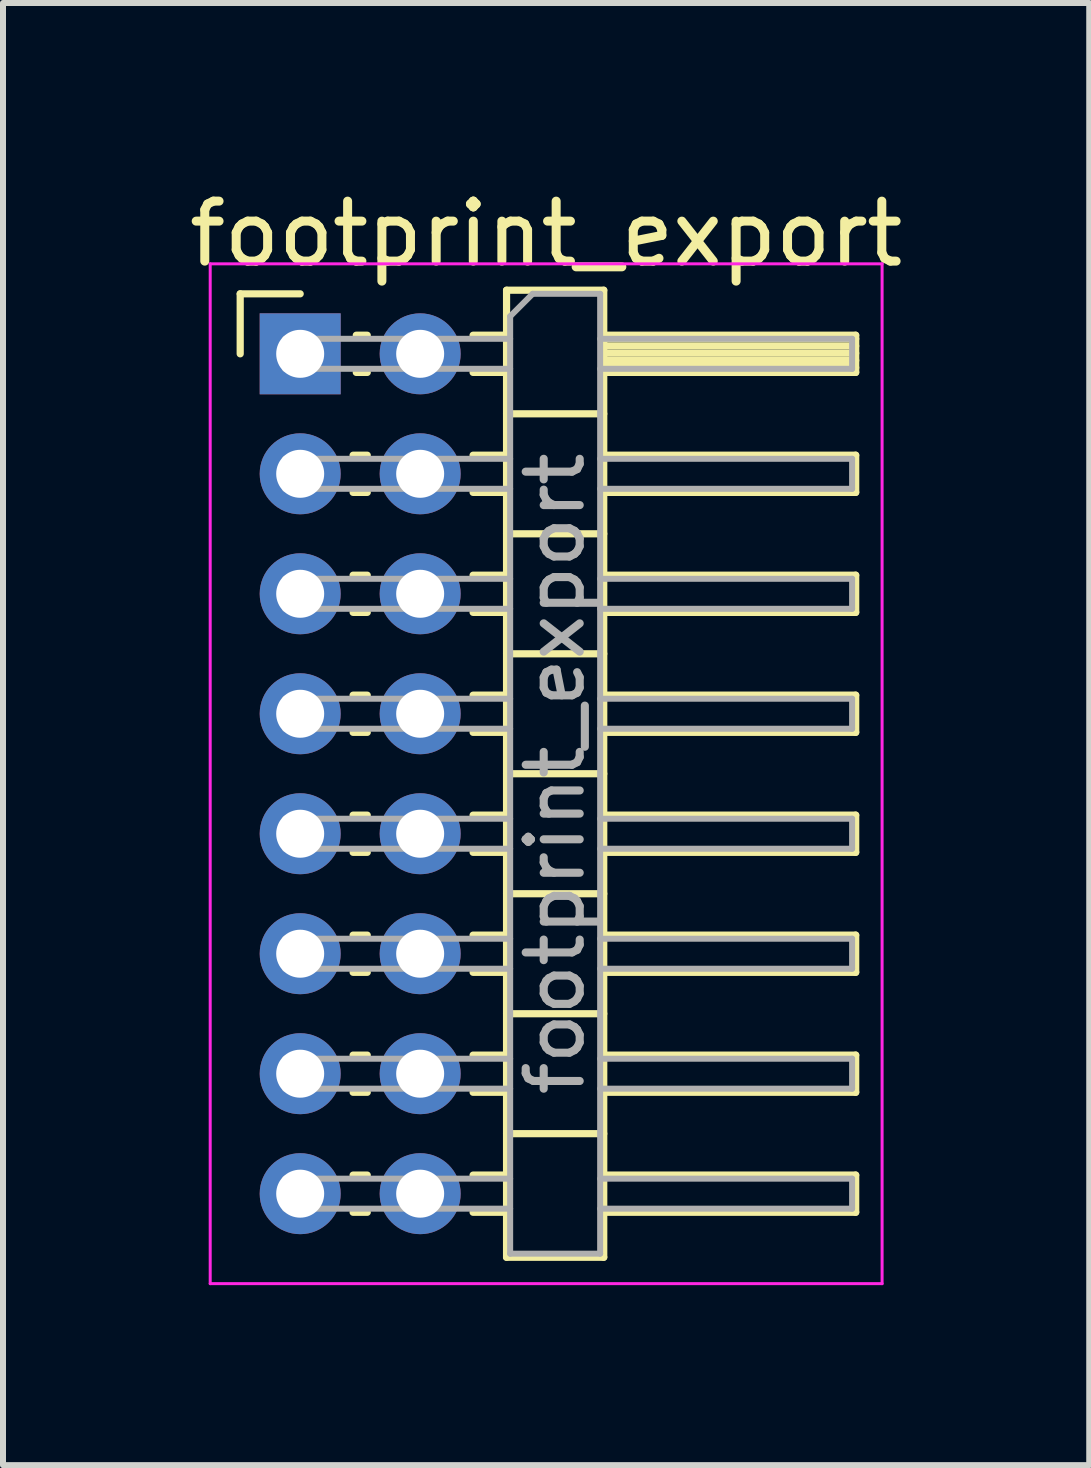
<source format=kicad_pcb>
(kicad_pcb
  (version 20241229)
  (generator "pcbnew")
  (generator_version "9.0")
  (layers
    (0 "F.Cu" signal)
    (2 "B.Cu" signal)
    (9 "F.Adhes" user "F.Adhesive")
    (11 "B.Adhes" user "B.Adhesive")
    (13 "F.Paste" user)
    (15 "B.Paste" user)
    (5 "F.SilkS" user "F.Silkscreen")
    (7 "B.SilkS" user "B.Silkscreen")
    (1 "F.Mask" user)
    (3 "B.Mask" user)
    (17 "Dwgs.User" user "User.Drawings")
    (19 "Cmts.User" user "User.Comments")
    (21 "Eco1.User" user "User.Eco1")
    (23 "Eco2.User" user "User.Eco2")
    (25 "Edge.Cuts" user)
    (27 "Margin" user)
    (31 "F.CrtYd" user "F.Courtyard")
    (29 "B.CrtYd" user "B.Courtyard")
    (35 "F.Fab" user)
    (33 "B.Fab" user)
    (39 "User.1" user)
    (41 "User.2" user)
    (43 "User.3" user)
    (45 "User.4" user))
  (footprint "footprint_export"
    (layer "F.Cu")
    (at 1.954 2.848)
    (property "Reference" "footprint_export" (at 4.1 -2 0) (layer "F.SilkS") (effects (font (size 1 1) (thickness 0.15))))
    (attr through_hole)
    (fp_line (start -1 -1) (end 0 -1) (stroke (width 0.12) (type solid)) (layer "F.SilkS"))
    (fp_line (start -1 0) (end -1 -1) (stroke (width 0.12) (type solid)) (layer "F.SilkS"))
    (fp_line (start 0.882 1.69) (end 1.118 1.69) (stroke (width 0.12) (type solid)) (layer "F.SilkS"))
    (fp_line (start 0.882 2.31) (end 1.118 2.31) (stroke (width 0.12) (type solid)) (layer "F.SilkS"))
    (fp_line (start 0.882 3.69) (end 1.118 3.69) (stroke (width 0.12) (type solid)) (layer "F.SilkS"))
    (fp_line (start 0.882 4.31) (end 1.118 4.31) (stroke (width 0.12) (type solid)) (layer "F.SilkS"))
    (fp_line (start 0.882 5.69) (end 1.118 5.69) (stroke (width 0.12) (type solid)) (layer "F.SilkS"))
    (fp_line (start 0.882 6.31) (end 1.118 6.31) (stroke (width 0.12) (type solid)) (layer "F.SilkS"))
    (fp_line (start 0.882 7.69) (end 1.118 7.69) (stroke (width 0.12) (type solid)) (layer "F.SilkS"))
    (fp_line (start 0.882 8.31) (end 1.118 8.31) (stroke (width 0.12) (type solid)) (layer "F.SilkS"))
    (fp_line (start 0.882 9.69) (end 1.118 9.69) (stroke (width 0.12) (type solid)) (layer "F.SilkS"))
    (fp_line (start 0.882 10.31) (end 1.118 10.31) (stroke (width 0.12) (type solid)) (layer "F.SilkS"))
    (fp_line (start 0.882 11.69) (end 1.118 11.69) (stroke (width 0.12) (type solid)) (layer "F.SilkS"))
    (fp_line (start 0.882 12.31) (end 1.118 12.31) (stroke (width 0.12) (type solid)) (layer "F.SilkS"))
    (fp_line (start 0.882 13.69) (end 1.118 13.69) (stroke (width 0.12) (type solid)) (layer "F.SilkS"))
    (fp_line (start 0.882 14.31) (end 1.118 14.31) (stroke (width 0.12) (type solid)) (layer "F.SilkS"))
    (fp_line (start 0.935 -0.31) (end 1.118 -0.31) (stroke (width 0.12) (type solid)) (layer "F.SilkS"))
    (fp_line (start 0.935 0.31) (end 1.118 0.31) (stroke (width 0.12) (type solid)) (layer "F.SilkS"))
    (fp_line (start 2.882 -0.31) (end 3.44 -0.31) (stroke (width 0.12) (type solid)) (layer "F.SilkS"))
    (fp_line (start 2.882 0.31) (end 3.44 0.31) (stroke (width 0.12) (type solid)) (layer "F.SilkS"))
    (fp_line (start 2.882 1.69) (end 3.44 1.69) (stroke (width 0.12) (type solid)) (layer "F.SilkS"))
    (fp_line (start 2.882 2.31) (end 3.44 2.31) (stroke (width 0.12) (type solid)) (layer "F.SilkS"))
    (fp_line (start 2.882 3.69) (end 3.44 3.69) (stroke (width 0.12) (type solid)) (layer "F.SilkS"))
    (fp_line (start 2.882 4.31) (end 3.44 4.31) (stroke (width 0.12) (type solid)) (layer "F.SilkS"))
    (fp_line (start 2.882 5.69) (end 3.44 5.69) (stroke (width 0.12) (type solid)) (layer "F.SilkS"))
    (fp_line (start 2.882 6.31) (end 3.44 6.31) (stroke (width 0.12) (type solid)) (layer "F.SilkS"))
    (fp_line (start 2.882 7.69) (end 3.44 7.69) (stroke (width 0.12) (type solid)) (layer "F.SilkS"))
    (fp_line (start 2.882 8.31) (end 3.44 8.31) (stroke (width 0.12) (type solid)) (layer "F.SilkS"))
    (fp_line (start 2.882 9.69) (end 3.44 9.69) (stroke (width 0.12) (type solid)) (layer "F.SilkS"))
    (fp_line (start 2.882 10.31) (end 3.44 10.31) (stroke (width 0.12) (type solid)) (layer "F.SilkS"))
    (fp_line (start 2.882 11.69) (end 3.44 11.69) (stroke (width 0.12) (type solid)) (layer "F.SilkS"))
    (fp_line (start 2.882 12.31) (end 3.44 12.31) (stroke (width 0.12) (type solid)) (layer "F.SilkS"))
    (fp_line (start 2.882 13.69) (end 3.44 13.69) (stroke (width 0.12) (type solid)) (layer "F.SilkS"))
    (fp_line (start 2.882 14.31) (end 3.44 14.31) (stroke (width 0.12) (type solid)) (layer "F.SilkS"))
    (fp_line (start 3.44 -1.06) (end 3.44 15.06) (stroke (width 0.12) (type solid)) (layer "F.SilkS"))
    (fp_line (start 3.44 1) (end 5.06 1) (stroke (width 0.12) (type solid)) (layer "F.SilkS"))
    (fp_line (start 3.44 3) (end 5.06 3) (stroke (width 0.12) (type solid)) (layer "F.SilkS"))
    (fp_line (start 3.44 5) (end 5.06 5) (stroke (width 0.12) (type solid)) (layer "F.SilkS"))
    (fp_line (start 3.44 7) (end 5.06 7) (stroke (width 0.12) (type solid)) (layer "F.SilkS"))
    (fp_line (start 3.44 9) (end 5.06 9) (stroke (width 0.12) (type solid)) (layer "F.SilkS"))
    (fp_line (start 3.44 11) (end 5.06 11) (stroke (width 0.12) (type solid)) (layer "F.SilkS"))
    (fp_line (start 3.44 13) (end 5.06 13) (stroke (width 0.12) (type solid)) (layer "F.SilkS"))
    (fp_line (start 3.44 15.06) (end 5.06 15.06) (stroke (width 0.12) (type solid)) (layer "F.SilkS"))
    (fp_line (start 5.06 -1.06) (end 3.44 -1.06) (stroke (width 0.12) (type solid)) (layer "F.SilkS"))
    (fp_line (start 5.06 -0.31) (end 9.26 -0.31) (stroke (width 0.12) (type solid)) (layer "F.SilkS"))
    (fp_line (start 5.06 -0.25) (end 9.26 -0.25) (stroke (width 0.12) (type solid)) (layer "F.SilkS"))
    (fp_line (start 5.06 -0.13) (end 9.26 -0.13) (stroke (width 0.12) (type solid)) (layer "F.SilkS"))
    (fp_line (start 5.06 -0.01) (end 9.26 -0.01) (stroke (width 0.12) (type solid)) (layer "F.SilkS"))
    (fp_line (start 5.06 0.11) (end 9.26 0.11) (stroke (width 0.12) (type solid)) (layer "F.SilkS"))
    (fp_line (start 5.06 0.23) (end 9.26 0.23) (stroke (width 0.12) (type solid)) (layer "F.SilkS"))
    (fp_line (start 5.06 1.69) (end 9.26 1.69) (stroke (width 0.12) (type solid)) (layer "F.SilkS"))
    (fp_line (start 5.06 3.69) (end 9.26 3.69) (stroke (width 0.12) (type solid)) (layer "F.SilkS"))
    (fp_line (start 5.06 5.69) (end 9.26 5.69) (stroke (width 0.12) (type solid)) (layer "F.SilkS"))
    (fp_line (start 5.06 7.69) (end 9.26 7.69) (stroke (width 0.12) (type solid)) (layer "F.SilkS"))
    (fp_line (start 5.06 9.69) (end 9.26 9.69) (stroke (width 0.12) (type solid)) (layer "F.SilkS"))
    (fp_line (start 5.06 11.69) (end 9.26 11.69) (stroke (width 0.12) (type solid)) (layer "F.SilkS"))
    (fp_line (start 5.06 13.69) (end 9.26 13.69) (stroke (width 0.12) (type solid)) (layer "F.SilkS"))
    (fp_line (start 5.06 15.06) (end 5.06 -1.06) (stroke (width 0.12) (type solid)) (layer "F.SilkS"))
    (fp_line (start 9.26 -0.31) (end 9.26 0.31) (stroke (width 0.12) (type solid)) (layer "F.SilkS"))
    (fp_line (start 9.26 0.31) (end 5.06 0.31) (stroke (width 0.12) (type solid)) (layer "F.SilkS"))
    (fp_line (start 9.26 1.69) (end 9.26 2.31) (stroke (width 0.12) (type solid)) (layer "F.SilkS"))
    (fp_line (start 9.26 2.31) (end 5.06 2.31) (stroke (width 0.12) (type solid)) (layer "F.SilkS"))
    (fp_line (start 9.26 3.69) (end 9.26 4.31) (stroke (width 0.12) (type solid)) (layer "F.SilkS"))
    (fp_line (start 9.26 4.31) (end 5.06 4.31) (stroke (width 0.12) (type solid)) (layer "F.SilkS"))
    (fp_line (start 9.26 5.69) (end 9.26 6.31) (stroke (width 0.12) (type solid)) (layer "F.SilkS"))
    (fp_line (start 9.26 6.31) (end 5.06 6.31) (stroke (width 0.12) (type solid)) (layer "F.SilkS"))
    (fp_line (start 9.26 7.69) (end 9.26 8.31) (stroke (width 0.12) (type solid)) (layer "F.SilkS"))
    (fp_line (start 9.26 8.31) (end 5.06 8.31) (stroke (width 0.12) (type solid)) (layer "F.SilkS"))
    (fp_line (start 9.26 9.69) (end 9.26 10.31) (stroke (width 0.12) (type solid)) (layer "F.SilkS"))
    (fp_line (start 9.26 10.31) (end 5.06 10.31) (stroke (width 0.12) (type solid)) (layer "F.SilkS"))
    (fp_line (start 9.26 11.69) (end 9.26 12.31) (stroke (width 0.12) (type solid)) (layer "F.SilkS"))
    (fp_line (start 9.26 12.31) (end 5.06 12.31) (stroke (width 0.12) (type solid)) (layer "F.SilkS"))
    (fp_line (start 9.26 13.69) (end 9.26 14.31) (stroke (width 0.12) (type solid)) (layer "F.SilkS"))
    (fp_line (start 9.26 14.31) (end 5.06 14.31) (stroke (width 0.12) (type solid)) (layer "F.SilkS"))
    (fp_line (start -1.5 -1.5) (end -1.5 15.5) (stroke (width 0.05) (type solid)) (layer "F.CrtYd"))
    (fp_line (start -1.5 15.5) (end 9.7 15.5) (stroke (width 0.05) (type solid)) (layer "F.CrtYd"))
    (fp_line (start 9.7 -1.5) (end -1.5 -1.5) (stroke (width 0.05) (type solid)) (layer "F.CrtYd"))
    (fp_line (start 9.7 15.5) (end 9.7 -1.5) (stroke (width 0.05) (type solid)) (layer "F.CrtYd"))
    (fp_line (start -0.25 -0.25) (end -0.25 0.25) (stroke (width 0.1) (type solid)) (layer "F.Fab"))
    (fp_line (start -0.25 -0.25) (end 3.5 -0.25) (stroke (width 0.1) (type solid)) (layer "F.Fab"))
    (fp_line (start -0.25 0.25) (end 3.5 0.25) (stroke (width 0.1) (type solid)) (layer "F.Fab"))
    (fp_line (start -0.25 1.75) (end -0.25 2.25) (stroke (width 0.1) (type solid)) (layer "F.Fab"))
    (fp_line (start -0.25 1.75) (end 3.5 1.75) (stroke (width 0.1) (type solid)) (layer "F.Fab"))
    (fp_line (start -0.25 2.25) (end 3.5 2.25) (stroke (width 0.1) (type solid)) (layer "F.Fab"))
    (fp_line (start -0.25 3.75) (end -0.25 4.25) (stroke (width 0.1) (type solid)) (layer "F.Fab"))
    (fp_line (start -0.25 3.75) (end 3.5 3.75) (stroke (width 0.1) (type solid)) (layer "F.Fab"))
    (fp_line (start -0.25 4.25) (end 3.5 4.25) (stroke (width 0.1) (type solid)) (layer "F.Fab"))
    (fp_line (start -0.25 5.75) (end -0.25 6.25) (stroke (width 0.1) (type solid)) (layer "F.Fab"))
    (fp_line (start -0.25 5.75) (end 3.5 5.75) (stroke (width 0.1) (type solid)) (layer "F.Fab"))
    (fp_line (start -0.25 6.25) (end 3.5 6.25) (stroke (width 0.1) (type solid)) (layer "F.Fab"))
    (fp_line (start -0.25 7.75) (end -0.25 8.25) (stroke (width 0.1) (type solid)) (layer "F.Fab"))
    (fp_line (start -0.25 7.75) (end 3.5 7.75) (stroke (width 0.1) (type solid)) (layer "F.Fab"))
    (fp_line (start -0.25 8.25) (end 3.5 8.25) (stroke (width 0.1) (type solid)) (layer "F.Fab"))
    (fp_line (start -0.25 9.75) (end -0.25 10.25) (stroke (width 0.1) (type solid)) (layer "F.Fab"))
    (fp_line (start -0.25 9.75) (end 3.5 9.75) (stroke (width 0.1) (type solid)) (layer "F.Fab"))
    (fp_line (start -0.25 10.25) (end 3.5 10.25) (stroke (width 0.1) (type solid)) (layer "F.Fab"))
    (fp_line (start -0.25 11.75) (end -0.25 12.25) (stroke (width 0.1) (type solid)) (layer "F.Fab"))
    (fp_line (start -0.25 11.75) (end 3.5 11.75) (stroke (width 0.1) (type solid)) (layer "F.Fab"))
    (fp_line (start -0.25 12.25) (end 3.5 12.25) (stroke (width 0.1) (type solid)) (layer "F.Fab"))
    (fp_line (start -0.25 13.75) (end -0.25 14.25) (stroke (width 0.1) (type solid)) (layer "F.Fab"))
    (fp_line (start -0.25 13.75) (end 3.5 13.75) (stroke (width 0.1) (type solid)) (layer "F.Fab"))
    (fp_line (start -0.25 14.25) (end 3.5 14.25) (stroke (width 0.1) (type solid)) (layer "F.Fab"))
    (fp_line (start 3.5 -0.625) (end 3.875 -1) (stroke (width 0.1) (type solid)) (layer "F.Fab"))
    (fp_line (start 3.5 15) (end 3.5 -0.625) (stroke (width 0.1) (type solid)) (layer "F.Fab"))
    (fp_line (start 3.875 -1) (end 5 -1) (stroke (width 0.1) (type solid)) (layer "F.Fab"))
    (fp_line (start 5 -1) (end 5 15) (stroke (width 0.1) (type solid)) (layer "F.Fab"))
    (fp_line (start 5 -0.25) (end 9.2 -0.25) (stroke (width 0.1) (type solid)) (layer "F.Fab"))
    (fp_line (start 5 0.25) (end 9.2 0.25) (stroke (width 0.1) (type solid)) (layer "F.Fab"))
    (fp_line (start 5 1.75) (end 9.2 1.75) (stroke (width 0.1) (type solid)) (layer "F.Fab"))
    (fp_line (start 5 2.25) (end 9.2 2.25) (stroke (width 0.1) (type solid)) (layer "F.Fab"))
    (fp_line (start 5 3.75) (end 9.2 3.75) (stroke (width 0.1) (type solid)) (layer "F.Fab"))
    (fp_line (start 5 4.25) (end 9.2 4.25) (stroke (width 0.1) (type solid)) (layer "F.Fab"))
    (fp_line (start 5 5.75) (end 9.2 5.75) (stroke (width 0.1) (type solid)) (layer "F.Fab"))
    (fp_line (start 5 6.25) (end 9.2 6.25) (stroke (width 0.1) (type solid)) (layer "F.Fab"))
    (fp_line (start 5 7.75) (end 9.2 7.75) (stroke (width 0.1) (type solid)) (layer "F.Fab"))
    (fp_line (start 5 8.25) (end 9.2 8.25) (stroke (width 0.1) (type solid)) (layer "F.Fab"))
    (fp_line (start 5 9.75) (end 9.2 9.75) (stroke (width 0.1) (type solid)) (layer "F.Fab"))
    (fp_line (start 5 10.25) (end 9.2 10.25) (stroke (width 0.1) (type solid)) (layer "F.Fab"))
    (fp_line (start 5 11.75) (end 9.2 11.75) (stroke (width 0.1) (type solid)) (layer "F.Fab"))
    (fp_line (start 5 12.25) (end 9.2 12.25) (stroke (width 0.1) (type solid)) (layer "F.Fab"))
    (fp_line (start 5 13.75) (end 9.2 13.75) (stroke (width 0.1) (type solid)) (layer "F.Fab"))
    (fp_line (start 5 14.25) (end 9.2 14.25) (stroke (width 0.1) (type solid)) (layer "F.Fab"))
    (fp_line (start 5 15) (end 3.5 15) (stroke (width 0.1) (type solid)) (layer "F.Fab"))
    (fp_line (start 9.2 -0.25) (end 9.2 0.25) (stroke (width 0.1) (type solid)) (layer "F.Fab"))
    (fp_line (start 9.2 1.75) (end 9.2 2.25) (stroke (width 0.1) (type solid)) (layer "F.Fab"))
    (fp_line (start 9.2 3.75) (end 9.2 4.25) (stroke (width 0.1) (type solid)) (layer "F.Fab"))
    (fp_line (start 9.2 5.75) (end 9.2 6.25) (stroke (width 0.1) (type solid)) (layer "F.Fab"))
    (fp_line (start 9.2 7.75) (end 9.2 8.25) (stroke (width 0.1) (type solid)) (layer "F.Fab"))
    (fp_line (start 9.2 9.75) (end 9.2 10.25) (stroke (width 0.1) (type solid)) (layer "F.Fab"))
    (fp_line (start 9.2 11.75) (end 9.2 12.25) (stroke (width 0.1) (type solid)) (layer "F.Fab"))
    (fp_line (start 9.2 13.75) (end 9.2 14.25) (stroke (width 0.1) (type solid)) (layer "F.Fab"))
    (fp_text user "${REFERENCE}" (at 4.25 7 90) (layer "F.Fab") (effects (font (size 0.9 0.9) (thickness 0.135))))
    (pad "1" thru_hole rect (at 0 0) (size 1.35 1.35) (drill 0.8) (layers "*.Cu" "*.Mask"))
    (pad "2" thru_hole oval (at 2 0) (size 1.35 1.35) (drill 0.8) (layers "*.Cu" "*.Mask"))
    (pad "3" thru_hole oval (at 0 2) (size 1.35 1.35) (drill 0.8) (layers "*.Cu" "*.Mask"))
    (pad "4" thru_hole oval (at 2 2) (size 1.35 1.35) (drill 0.8) (layers "*.Cu" "*.Mask"))
    (pad "5" thru_hole oval (at 0 4) (size 1.35 1.35) (drill 0.8) (layers "*.Cu" "*.Mask"))
    (pad "6" thru_hole oval (at 2 4) (size 1.35 1.35) (drill 0.8) (layers "*.Cu" "*.Mask"))
    (pad "7" thru_hole oval (at 0 6) (size 1.35 1.35) (drill 0.8) (layers "*.Cu" "*.Mask"))
    (pad "8" thru_hole oval (at 2 6) (size 1.35 1.35) (drill 0.8) (layers "*.Cu" "*.Mask"))
    (pad "9" thru_hole oval (at 0 8) (size 1.35 1.35) (drill 0.8) (layers "*.Cu" "*.Mask"))
    (pad "10" thru_hole oval (at 2 8) (size 1.35 1.35) (drill 0.8) (layers "*.Cu" "*.Mask"))
    (pad "11" thru_hole oval (at 0 10) (size 1.35 1.35) (drill 0.8) (layers "*.Cu" "*.Mask"))
    (pad "12" thru_hole oval (at 2 10) (size 1.35 1.35) (drill 0.8) (layers "*.Cu" "*.Mask"))
    (pad "13" thru_hole oval (at 0 12) (size 1.35 1.35) (drill 0.8) (layers "*.Cu" "*.Mask"))
    (pad "14" thru_hole oval (at 2 12) (size 1.35 1.35) (drill 0.8) (layers "*.Cu" "*.Mask"))
    (pad "15" thru_hole oval (at 0 14) (size 1.35 1.35) (drill 0.8) (layers "*.Cu" "*.Mask"))
    (pad "16" thru_hole oval (at 2 14) (size 1.35 1.35) (drill 0.8) (layers "*.Cu" "*.Mask")))
  (gr_rect
    (start -3 -3)
    (end 15.107 21.373)
    (stroke (width 0.1) (type default))
    (fill no)
    (layer "Edge.Cuts")))
</source>
